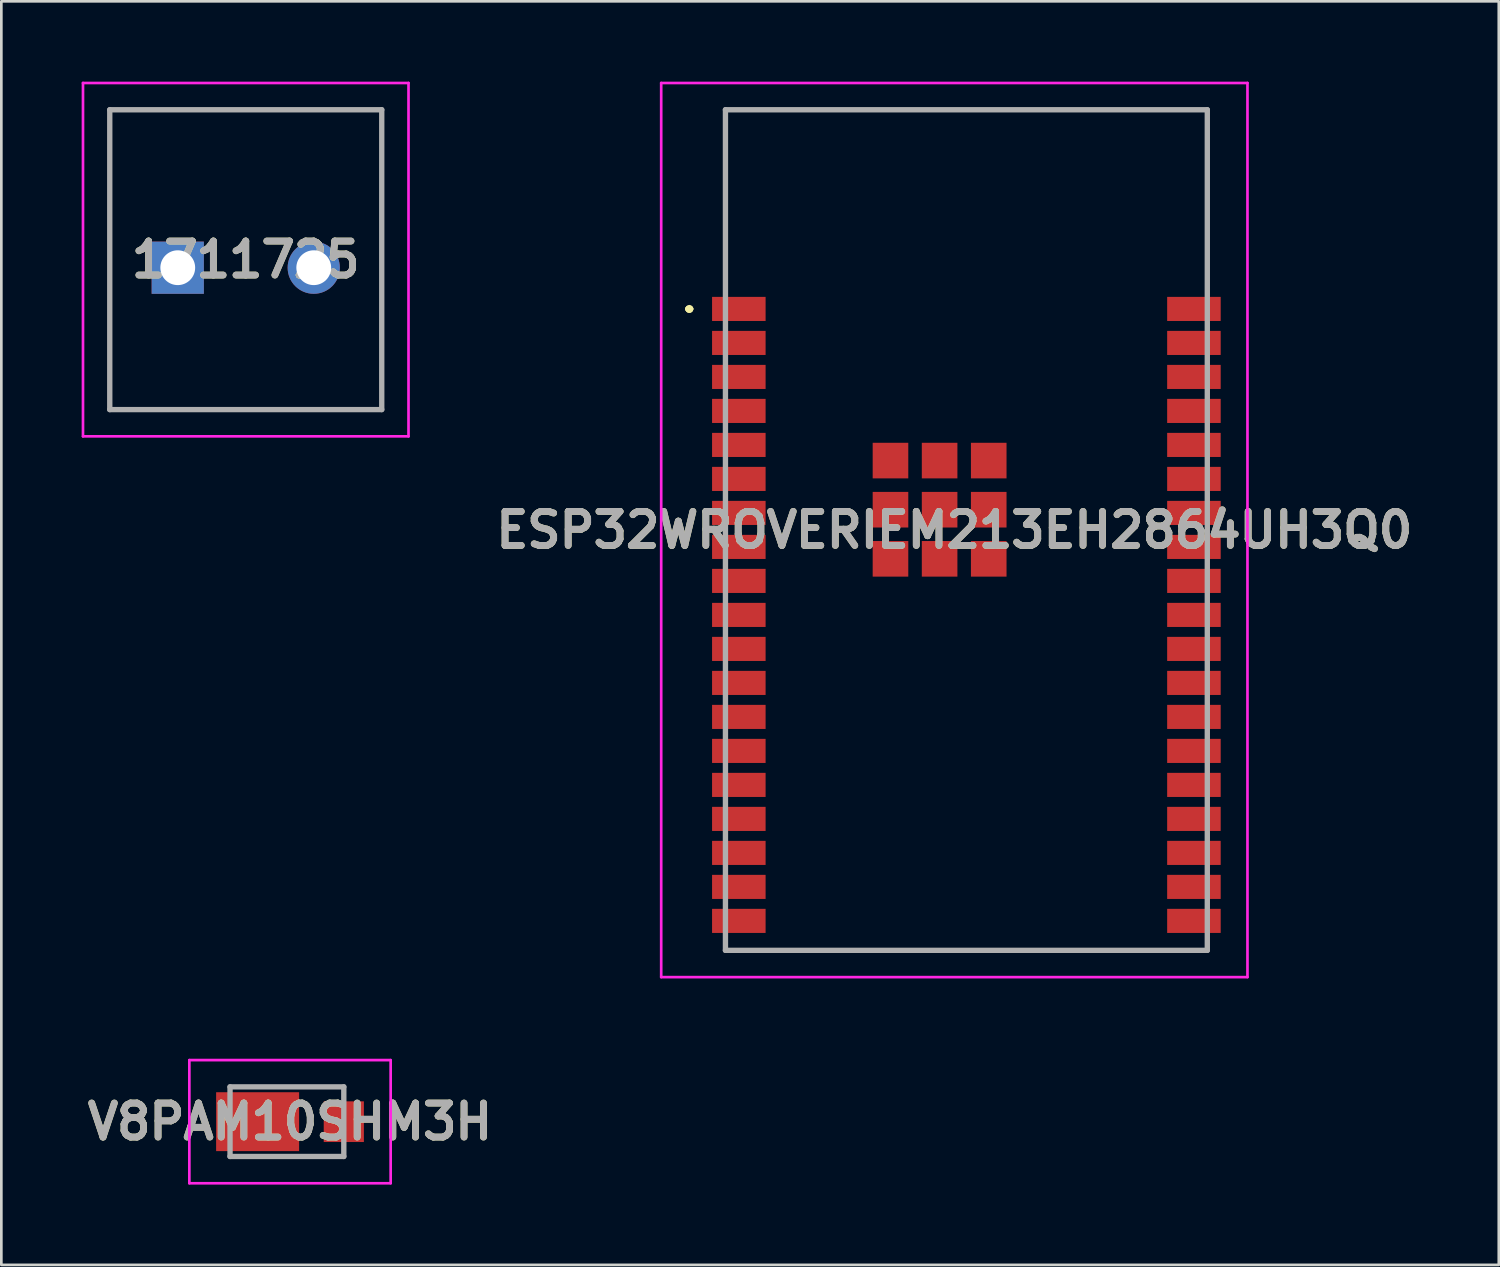
<source format=kicad_pcb>
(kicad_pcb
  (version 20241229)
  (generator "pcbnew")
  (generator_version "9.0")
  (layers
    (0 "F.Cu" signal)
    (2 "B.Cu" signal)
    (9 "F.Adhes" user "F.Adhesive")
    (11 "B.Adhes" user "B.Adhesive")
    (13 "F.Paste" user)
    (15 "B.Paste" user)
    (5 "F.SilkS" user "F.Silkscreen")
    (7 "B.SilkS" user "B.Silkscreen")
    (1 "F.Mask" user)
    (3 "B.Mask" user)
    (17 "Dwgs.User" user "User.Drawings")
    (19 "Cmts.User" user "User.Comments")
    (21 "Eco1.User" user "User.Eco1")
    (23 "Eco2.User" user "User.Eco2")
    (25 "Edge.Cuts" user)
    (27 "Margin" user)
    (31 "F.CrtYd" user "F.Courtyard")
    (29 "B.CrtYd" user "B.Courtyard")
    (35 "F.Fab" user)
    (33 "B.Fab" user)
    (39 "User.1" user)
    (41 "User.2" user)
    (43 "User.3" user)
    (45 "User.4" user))
  (footprint "V8PAM10SHM3H"
    (layer "F.Cu")
    (at 7.668 38.85)
    (property "Reference" "V8PAM10SHM3H" (at 0.115 0 0) (layer "F.SilkS") (effects (font (size 1.27 1.27) (thickness 0.254))))
    (attr smd)
    (fp_line (start 0.725 -1.3) (end 2.125 -1.3) (stroke (width 0.1) (type solid)) (layer "F.SilkS"))
    (fp_line (start 2.125 -1.3) (end 2.125 -1) (stroke (width 0.1) (type solid)) (layer "F.SilkS"))
    (fp_line (start 2.125 1) (end 2.125 1.3) (stroke (width 0.1) (type solid)) (layer "F.SilkS"))
    (fp_line (start 2.125 1.3) (end 0.725 1.3) (stroke (width 0.1) (type solid)) (layer "F.SilkS"))
    (fp_line (start -3.645 -2.3) (end 3.875 -2.3) (stroke (width 0.1) (type solid)) (layer "F.CrtYd"))
    (fp_line (start -3.645 2.3) (end -3.645 -2.3) (stroke (width 0.1) (type solid)) (layer "F.CrtYd"))
    (fp_line (start 3.875 -2.3) (end 3.875 2.3) (stroke (width 0.1) (type solid)) (layer "F.CrtYd"))
    (fp_line (start 3.875 2.3) (end -3.645 2.3) (stroke (width 0.1) (type solid)) (layer "F.CrtYd"))
    (fp_line (start -2.125 -1.3) (end 2.125 -1.3) (stroke (width 0.2) (type solid)) (layer "F.Fab"))
    (fp_line (start -2.125 1.3) (end -2.125 -1.3) (stroke (width 0.2) (type solid)) (layer "F.Fab"))
    (fp_line (start 2.125 -1.3) (end 2.125 1.3) (stroke (width 0.2) (type solid)) (layer "F.Fab"))
    (fp_line (start 2.125 1.3) (end -2.125 1.3) (stroke (width 0.2) (type solid)) (layer "F.Fab"))
    (fp_text user "${REFERENCE}" (at 0.115 0 0) (layer "F.Fab") (effects (font (size 1.27 1.27) (thickness 0.254))))
    (pad "1" smd rect (at -1.095 0 90) (size 2.2 3.1) (layers "F.Cu" "F.Mask" "F.Paste"))
    (pad "2" smd rect (at 2.125 0) (size 1.5 1.52) (layers "F.Cu" "F.Mask" "F.Paste")))
  (footprint "ESP32WROVERIEM213EH2864UH3Q0"
    (layer "F.Cu")
    (at 33.049 16.75)
    (property "Reference" "ESP32WROVERIEM213EH2864UH3Q0" (at -0.45 0 0) (layer "F.SilkS") (effects (font (size 1.27 1.27) (thickness 0.254))))
    (attr smd)
    (fp_line (start -10.4 -8.26) (end -10.4 -8.26) (stroke (width 0.2) (type solid)) (layer "F.SilkS"))
    (fp_line (start -10.4 -8.26) (end -10.4 -8.26) (stroke (width 0.2) (type solid)) (layer "F.SilkS"))
    (fp_line (start -10.3 -8.26) (end -10.3 -8.26) (stroke (width 0.2) (type solid)) (layer "F.SilkS"))
    (fp_line (start -9 -15.7) (end -9 -15.7) (stroke (width 0.1) (type solid)) (layer "F.SilkS"))
    (fp_line (start -9 -15.7) (end -9 -15.7) (stroke (width 0.1) (type solid)) (layer "F.SilkS"))
    (fp_line (start -9 -15.7) (end -9 -9.25) (stroke (width 0.1) (type solid)) (layer "F.SilkS"))
    (fp_line (start -9 -15.7) (end 9 -15.7) (stroke (width 0.1) (type solid)) (layer "F.SilkS"))
    (fp_line (start -9 -9.25) (end -9 -15.7) (stroke (width 0.1) (type solid)) (layer "F.SilkS"))
    (fp_line (start -9 -9.25) (end -9 -9.25) (stroke (width 0.1) (type solid)) (layer "F.SilkS"))
    (fp_line (start -9 15.7) (end -9 15.7) (stroke (width 0.1) (type solid)) (layer "F.SilkS"))
    (fp_line (start -9 15.7) (end 9 15.7) (stroke (width 0.1) (type solid)) (layer "F.SilkS"))
    (fp_line (start 9 -15.7) (end -9 -15.7) (stroke (width 0.1) (type solid)) (layer "F.SilkS"))
    (fp_line (start 9 -15.7) (end 9 -15.7) (stroke (width 0.1) (type solid)) (layer "F.SilkS"))
    (fp_line (start 9 -15.7) (end 9 -15.7) (stroke (width 0.1) (type solid)) (layer "F.SilkS"))
    (fp_line (start 9 -15.7) (end 9 -9.25) (stroke (width 0.1) (type solid)) (layer "F.SilkS"))
    (fp_line (start 9 -9.25) (end 9 -15.7) (stroke (width 0.1) (type solid)) (layer "F.SilkS"))
    (fp_line (start 9 -9.25) (end 9 -9.25) (stroke (width 0.1) (type solid)) (layer "F.SilkS"))
    (fp_line (start 9 15.7) (end -9 15.7) (stroke (width 0.1) (type solid)) (layer "F.SilkS"))
    (fp_line (start 9 15.7) (end 9 15.7) (stroke (width 0.1) (type solid)) (layer "F.SilkS"))
    (fp_arc (start -10.4 -8.26) (mid -10.35 -8.31) (end -10.3 -8.26) (stroke (width 0.2) (type solid)) (layer "F.SilkS"))
    (fp_arc (start -10.3 -8.26) (mid -10.35 -8.21) (end -10.4 -8.26) (stroke (width 0.2) (type solid)) (layer "F.SilkS"))
    (fp_arc (start -10.3 -8.26) (mid -10.35 -8.21) (end -10.4 -8.26) (stroke (width 0.2) (type solid)) (layer "F.SilkS"))
    (fp_line (start -11.4 -16.7) (end 10.5 -16.7) (stroke (width 0.1) (type solid)) (layer "F.CrtYd"))
    (fp_line (start -11.4 16.7) (end -11.4 -16.7) (stroke (width 0.1) (type solid)) (layer "F.CrtYd"))
    (fp_line (start 10.5 -16.7) (end 10.5 16.7) (stroke (width 0.1) (type solid)) (layer "F.CrtYd"))
    (fp_line (start 10.5 16.7) (end -11.4 16.7) (stroke (width 0.1) (type solid)) (layer "F.CrtYd"))
    (fp_line (start -9 -15.7) (end -9 15.7) (stroke (width 0.2) (type solid)) (layer "F.Fab"))
    (fp_line (start -9 15.7) (end 9 15.7) (stroke (width 0.2) (type solid)) (layer "F.Fab"))
    (fp_line (start 9 -15.7) (end -9 -15.7) (stroke (width 0.2) (type solid)) (layer "F.Fab"))
    (fp_line (start 9 15.7) (end 9 -15.7) (stroke (width 0.2) (type solid)) (layer "F.Fab"))
    (fp_text user "${REFERENCE}" (at -0.45 0 0) (layer "F.Fab") (effects (font (size 1.27 1.27) (thickness 0.254))))
    (pad "1" smd rect (at -8.5 -8.26 90) (size 0.9 2) (layers "F.Cu" "F.Mask" "F.Paste"))
    (pad "2" smd rect (at -8.5 -6.99 90) (size 0.9 2) (layers "F.Cu" "F.Mask" "F.Paste"))
    (pad "3" smd rect (at -8.5 -5.72 90) (size 0.9 2) (layers "F.Cu" "F.Mask" "F.Paste"))
    (pad "4" smd rect (at -8.5 -4.45 90) (size 0.9 2) (layers "F.Cu" "F.Mask" "F.Paste"))
    (pad "5" smd rect (at -8.5 -3.18 90) (size 0.9 2) (layers "F.Cu" "F.Mask" "F.Paste"))
    (pad "6" smd rect (at -8.5 -1.91 90) (size 0.9 2) (layers "F.Cu" "F.Mask" "F.Paste"))
    (pad "7" smd rect (at -8.5 -0.64 90) (size 0.9 2) (layers "F.Cu" "F.Mask" "F.Paste"))
    (pad "8" smd rect (at -8.5 0.63 90) (size 0.9 2) (layers "F.Cu" "F.Mask" "F.Paste"))
    (pad "9" smd rect (at -8.5 1.9 90) (size 0.9 2) (layers "F.Cu" "F.Mask" "F.Paste"))
    (pad "10" smd rect (at -8.5 3.17 90) (size 0.9 2) (layers "F.Cu" "F.Mask" "F.Paste"))
    (pad "11" smd rect (at -8.5 4.44 90) (size 0.9 2) (layers "F.Cu" "F.Mask" "F.Paste"))
    (pad "12" smd rect (at -8.5 5.71 90) (size 0.9 2) (layers "F.Cu" "F.Mask" "F.Paste"))
    (pad "13" smd rect (at -8.5 6.98 90) (size 0.9 2) (layers "F.Cu" "F.Mask" "F.Paste"))
    (pad "14" smd rect (at -8.5 8.25 90) (size 0.9 2) (layers "F.Cu" "F.Mask" "F.Paste"))
    (pad "15" smd rect (at -8.5 9.52 90) (size 0.9 2) (layers "F.Cu" "F.Mask" "F.Paste"))
    (pad "16" smd rect (at -8.5 10.79 90) (size 0.9 2) (layers "F.Cu" "F.Mask" "F.Paste"))
    (pad "17" smd rect (at -8.5 12.06 90) (size 0.9 2) (layers "F.Cu" "F.Mask" "F.Paste"))
    (pad "18" smd rect (at -8.5 13.33 90) (size 0.9 2) (layers "F.Cu" "F.Mask" "F.Paste"))
    (pad "19" smd rect (at -8.5 14.6 90) (size 0.9 2) (layers "F.Cu" "F.Mask" "F.Paste"))
    (pad "20" smd rect (at 8.5 14.6 90) (size 0.9 2) (layers "F.Cu" "F.Mask" "F.Paste"))
    (pad "21" smd rect (at 8.5 13.33 90) (size 0.9 2) (layers "F.Cu" "F.Mask" "F.Paste"))
    (pad "22" smd rect (at 8.5 12.06 90) (size 0.9 2) (layers "F.Cu" "F.Mask" "F.Paste"))
    (pad "23" smd rect (at 8.5 10.79 90) (size 0.9 2) (layers "F.Cu" "F.Mask" "F.Paste"))
    (pad "24" smd rect (at 8.5 9.52 90) (size 0.9 2) (layers "F.Cu" "F.Mask" "F.Paste"))
    (pad "25" smd rect (at 8.5 8.25 90) (size 0.9 2) (layers "F.Cu" "F.Mask" "F.Paste"))
    (pad "26" smd rect (at 8.5 6.98 90) (size 0.9 2) (layers "F.Cu" "F.Mask" "F.Paste"))
    (pad "27" smd rect (at 8.5 5.71 90) (size 0.9 2) (layers "F.Cu" "F.Mask" "F.Paste"))
    (pad "28" smd rect (at 8.5 4.44 90) (size 0.9 2) (layers "F.Cu" "F.Mask" "F.Paste"))
    (pad "29" smd rect (at 8.5 3.17 90) (size 0.9 2) (layers "F.Cu" "F.Mask" "F.Paste"))
    (pad "30" smd rect (at 8.5 1.9 90) (size 0.9 2) (layers "F.Cu" "F.Mask" "F.Paste"))
    (pad "31" smd rect (at 8.5 0.63 90) (size 0.9 2) (layers "F.Cu" "F.Mask" "F.Paste"))
    (pad "32" smd rect (at 8.5 -0.64 90) (size 0.9 2) (layers "F.Cu" "F.Mask" "F.Paste"))
    (pad "33" smd rect (at 8.5 -1.91 90) (size 0.9 2) (layers "F.Cu" "F.Mask" "F.Paste"))
    (pad "34" smd rect (at 8.5 -3.18 90) (size 0.9 2) (layers "F.Cu" "F.Mask" "F.Paste"))
    (pad "35" smd rect (at 8.5 -4.45 90) (size 0.9 2) (layers "F.Cu" "F.Mask" "F.Paste"))
    (pad "36" smd rect (at 8.5 -5.72 90) (size 0.9 2) (layers "F.Cu" "F.Mask" "F.Paste"))
    (pad "37" smd rect (at 8.5 -6.99 90) (size 0.9 2) (layers "F.Cu" "F.Mask" "F.Paste"))
    (pad "38" smd rect (at 8.5 -8.26 90) (size 0.9 2) (layers "F.Cu" "F.Mask" "F.Paste"))
    (pad "39" smd rect (at -1 -0.76 90) (size 1.33 1.33) (layers "F.Cu" "F.Mask" "F.Paste"))
    (pad "40" smd rect (at -1 1.075 90) (size 1.33 1.33) (layers "F.Cu" "F.Mask" "F.Paste"))
    (pad "41" smd rect (at 0.835 1.075 90) (size 1.33 1.33) (layers "F.Cu" "F.Mask" "F.Paste"))
    (pad "42" smd rect (at 0.835 -0.76 90) (size 1.33 1.33) (layers "F.Cu" "F.Mask" "F.Paste"))
    (pad "43" smd rect (at 0.835 -2.595 90) (size 1.33 1.33) (layers "F.Cu" "F.Mask" "F.Paste"))
    (pad "44" smd rect (at -1 -2.595 90) (size 1.33 1.33) (layers "F.Cu" "F.Mask" "F.Paste"))
    (pad "45" smd rect (at -2.835 -2.595 90) (size 1.33 1.33) (layers "F.Cu" "F.Mask" "F.Paste"))
    (pad "46" smd rect (at -2.835 -0.76 90) (size 1.33 1.33) (layers "F.Cu" "F.Mask" "F.Paste"))
    (pad "47" smd rect (at -2.835 1.075 90) (size 1.33 1.33) (layers "F.Cu" "F.Mask" "F.Paste")))
  (footprint "1711725"
    (layer "F.Cu")
    (at 3.59 6.95)
    (property "Reference" "1711725" (at 2.54 -0.3 0) (layer "F.SilkS") (effects (font (size 1.27 1.27) (thickness 0.254))))
    (attr through_hole)
    (fp_line (start -2.54 -5.9) (end 7.62 -5.9) (stroke (width 0.1) (type solid)) (layer "F.SilkS"))
    (fp_line (start -2.54 5.3) (end -2.54 -5.9) (stroke (width 0.1) (type solid)) (layer "F.SilkS"))
    (fp_line (start 7.62 -5.9) (end 7.62 5.3) (stroke (width 0.1) (type solid)) (layer "F.SilkS"))
    (fp_line (start 7.62 5.3) (end -2.54 5.3) (stroke (width 0.1) (type solid)) (layer "F.SilkS"))
    (fp_line (start -3.54 -6.9) (end 8.62 -6.9) (stroke (width 0.1) (type solid)) (layer "F.CrtYd"))
    (fp_line (start -3.54 6.3) (end -3.54 -6.9) (stroke (width 0.1) (type solid)) (layer "F.CrtYd"))
    (fp_line (start 8.62 -6.9) (end 8.62 6.3) (stroke (width 0.1) (type solid)) (layer "F.CrtYd"))
    (fp_line (start 8.62 6.3) (end -3.54 6.3) (stroke (width 0.1) (type solid)) (layer "F.CrtYd"))
    (fp_line (start -2.54 -5.9) (end 7.62 -5.9) (stroke (width 0.2) (type solid)) (layer "F.Fab"))
    (fp_line (start -2.54 5.3) (end -2.54 -5.9) (stroke (width 0.2) (type solid)) (layer "F.Fab"))
    (fp_line (start 7.62 -5.9) (end 7.62 5.3) (stroke (width 0.2) (type solid)) (layer "F.Fab"))
    (fp_line (start 7.62 5.3) (end -2.54 5.3) (stroke (width 0.2) (type solid)) (layer "F.Fab"))
    (fp_text user "${REFERENCE}" (at 2.54 -0.3 0) (layer "F.Fab") (effects (font (size 1.27 1.27) (thickness 0.254))))
    (pad "1" thru_hole rect (at 0 0) (size 1.95 1.95) (drill 1.3) (layers "*.Cu" "*.Mask"))
    (pad "2" thru_hole circle (at 5.08 0) (size 1.95 1.95) (drill 1.3) (layers "*.Cu" "*.Mask")))
  (gr_rect
    (start -3 -3)
    (end 52.937 44.2)
    (stroke (width 0.1) (type default))
    (fill no)
    (layer "Edge.Cuts")))
</source>
